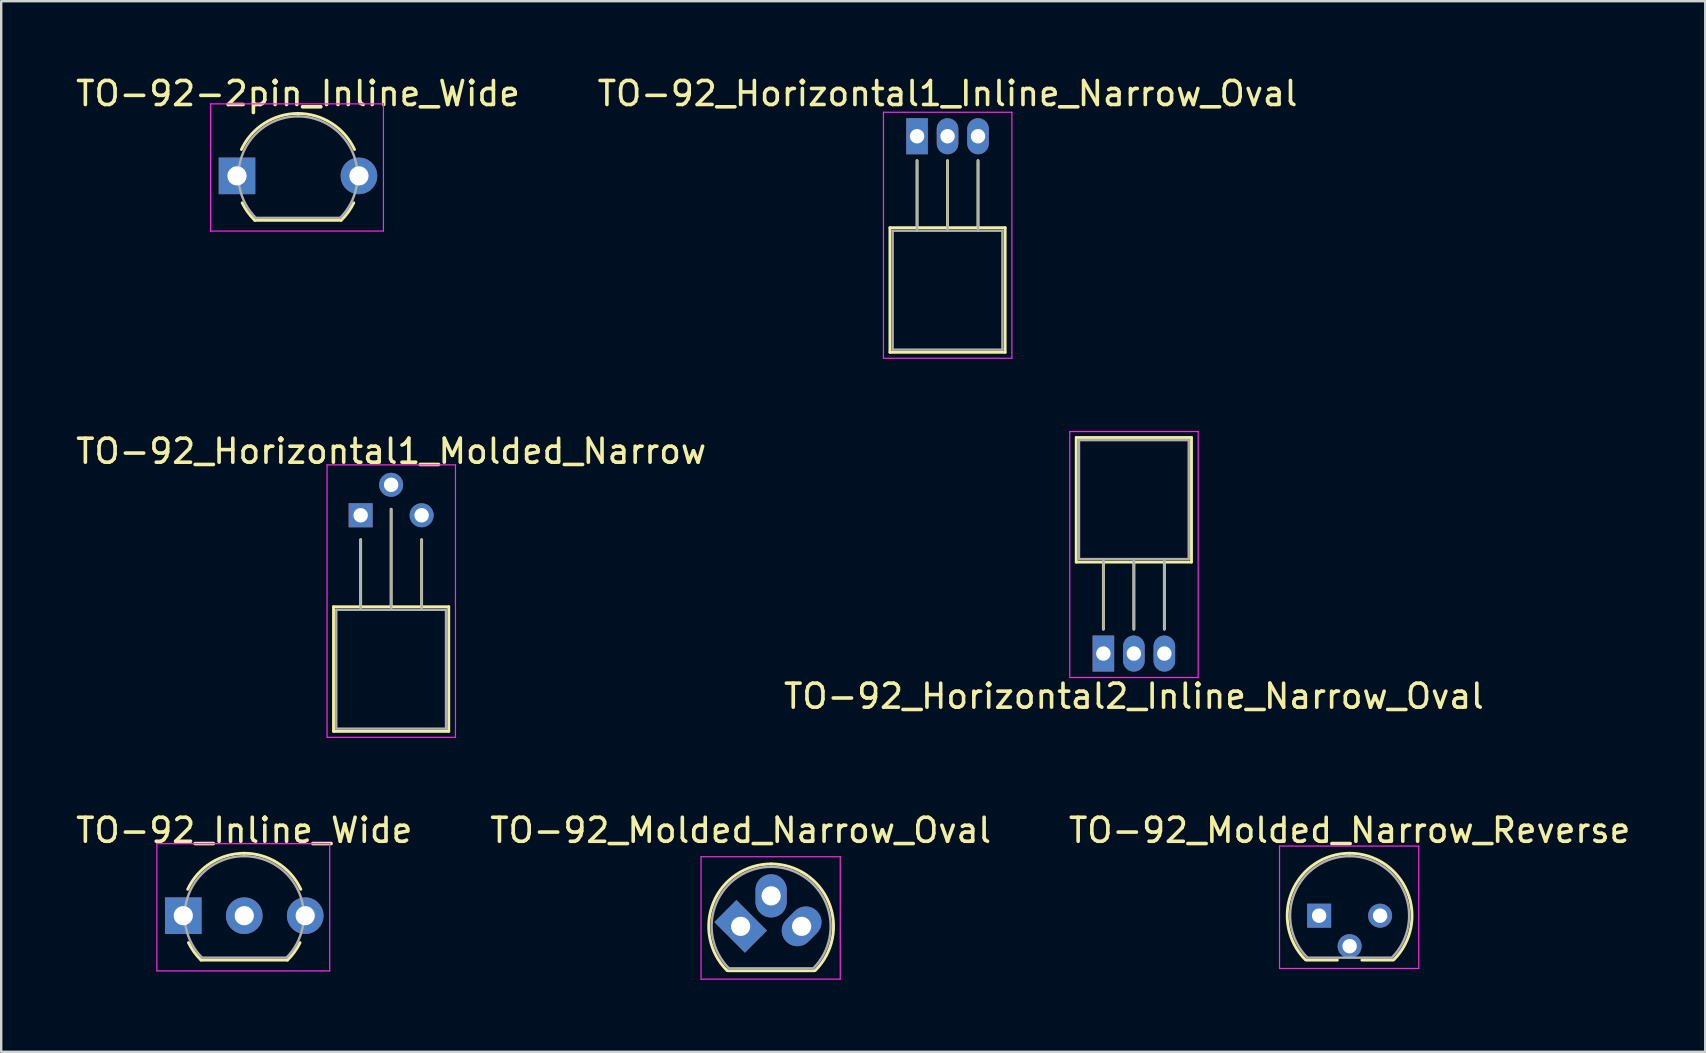
<source format=kicad_pcb>
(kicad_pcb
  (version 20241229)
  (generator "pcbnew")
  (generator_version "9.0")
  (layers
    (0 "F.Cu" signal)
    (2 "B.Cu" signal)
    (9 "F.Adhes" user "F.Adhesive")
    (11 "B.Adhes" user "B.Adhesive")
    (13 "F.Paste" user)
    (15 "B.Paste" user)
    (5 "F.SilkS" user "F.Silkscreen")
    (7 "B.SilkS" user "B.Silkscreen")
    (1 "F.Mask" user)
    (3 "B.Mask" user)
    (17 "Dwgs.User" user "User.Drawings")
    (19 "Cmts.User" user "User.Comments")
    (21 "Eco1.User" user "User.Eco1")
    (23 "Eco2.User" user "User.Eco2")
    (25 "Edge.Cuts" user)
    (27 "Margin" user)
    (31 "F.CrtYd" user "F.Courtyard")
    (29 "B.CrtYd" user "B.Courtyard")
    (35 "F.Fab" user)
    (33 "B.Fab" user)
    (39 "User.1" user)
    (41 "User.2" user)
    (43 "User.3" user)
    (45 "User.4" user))
  (footprint "TO-92_Molded_Narrow_Oval"
    (layer "F.Cu")
    (at 27.804 35.54)
    (property "Reference" "TO-92_Molded_Narrow_Oval" (at 0 -4 0) (layer "F.SilkS") (effects (font (size 1 1) (thickness 0.15))))
    (attr through_hole)
    (fp_line (start -0.53 1.85) (end 3.07 1.85) (stroke (width 0.12) (type solid)) (layer "F.SilkS"))
    (fp_arc (start -0.568478 1.838478) (mid -1.132087 -0.994977) (end 1.27 -2.6) (stroke (width 0.12) (type solid)) (layer "F.SilkS"))
    (fp_arc (start 1.27 -2.6) (mid 3.672087 -0.994977) (end 3.108478 1.838478) (stroke (width 0.12) (type solid)) (layer "F.SilkS"))
    (fp_line (start -1.65 -2.9) (end 4.15 -2.9) (stroke (width 0.05) (type solid)) (layer "F.CrtYd"))
    (fp_line (start -1.65 2.2) (end -1.65 -2.9) (stroke (width 0.05) (type solid)) (layer "F.CrtYd"))
    (fp_line (start 4.15 -2.9) (end 4.15 2.2) (stroke (width 0.05) (type solid)) (layer "F.CrtYd"))
    (fp_line (start 4.15 2.2) (end -1.65 2.2) (stroke (width 0.05) (type solid)) (layer "F.CrtYd"))
    (fp_line (start -0.5 1.75) (end 3 1.75) (stroke (width 0.1) (type solid)) (layer "F.Fab"))
    (fp_arc (start -0.483625 1.753625) (mid -1.021221 -0.949055) (end 1.27 -2.48) (stroke (width 0.1) (type solid)) (layer "F.Fab"))
    (fp_arc (start 1.27 -2.48) (mid 3.561221 -0.949055) (end 3.023625 1.753625) (stroke (width 0.1) (type solid)) (layer "F.Fab"))
    (pad "1" thru_hole rect (at 0 0 45) (size 1.3 1.8) (drill 0.8) (layers "*.Cu" "*.Mask"))
    (pad "2" thru_hole oval (at 1.27 -1.27 90) (size 1.8 1.3) (drill 0.8) (layers "*.Cu" "*.Mask"))
    (pad "3" thru_hole oval (at 2.54 0 45) (size 1.8 1.3) (drill 0.8) (layers "*.Cu" "*.Mask")))
  (footprint "TO-92_Horizontal1_Inline_Narrow_Oval"
    (layer "F.Cu")
    (at 35.153 2.626)
    (property "Reference" "TO-92_Horizontal1_Inline_Narrow_Oval" (at 1.27 -1.778 180) (layer "F.SilkS") (effects (font (size 1 1) (thickness 0.15))))
    (attr through_hole)
    (fp_line (start -1.13 3.81) (end 3.67 3.81) (stroke (width 0.12) (type solid)) (layer "F.SilkS"))
    (fp_line (start -1.13 9) (end -1.13 3.81) (stroke (width 0.12) (type solid)) (layer "F.SilkS"))
    (fp_line (start 0 1.016) (end 0 3.81) (stroke (width 0.12) (type solid)) (layer "F.SilkS"))
    (fp_line (start 1.27 1.016) (end 1.27 3.81) (stroke (width 0.12) (type solid)) (layer "F.SilkS"))
    (fp_line (start 2.54 1.016) (end 2.54 3.81) (stroke (width 0.12) (type solid)) (layer "F.SilkS"))
    (fp_line (start 3.67 3.81) (end 3.67 9) (stroke (width 0.12) (type solid)) (layer "F.SilkS"))
    (fp_line (start 3.67 9) (end -1.13 9) (stroke (width 0.12) (type solid)) (layer "F.SilkS"))
    (fp_line (start -1.4 -1) (end 3.95 -1) (stroke (width 0.05) (type solid)) (layer "F.CrtYd"))
    (fp_line (start -1.4 9.25) (end -1.4 -1) (stroke (width 0.05) (type solid)) (layer "F.CrtYd"))
    (fp_line (start -1.4 9.25) (end 3.95 9.25) (stroke (width 0.05) (type solid)) (layer "F.CrtYd"))
    (fp_line (start 3.95 9.25) (end 3.95 -1) (stroke (width 0.05) (type solid)) (layer "F.CrtYd"))
    (fp_line (start -1.016 3.937) (end 3.556 3.937) (stroke (width 0.1) (type solid)) (layer "F.Fab"))
    (fp_line (start -1.016 8.89) (end -1.016 3.937) (stroke (width 0.1) (type solid)) (layer "F.Fab"))
    (fp_line (start 0 3.937) (end 0 1.016) (stroke (width 0.1) (type solid)) (layer "F.Fab"))
    (fp_line (start 1.27 3.937) (end 1.27 1.016) (stroke (width 0.1) (type solid)) (layer "F.Fab"))
    (fp_line (start 2.54 3.937) (end 2.54 1.016) (stroke (width 0.1) (type solid)) (layer "F.Fab"))
    (fp_line (start 3.556 3.937) (end 3.556 8.89) (stroke (width 0.1) (type solid)) (layer "F.Fab"))
    (fp_line (start 3.556 8.89) (end -1.016 8.89) (stroke (width 0.1) (type solid)) (layer "F.Fab"))
    (pad "1" thru_hole rect (at 0 0 180) (size 0.899 1.501) (drill 0.6) (layers "*.Cu" "*.Mask"))
    (pad "2" thru_hole oval (at 1.27 0 180) (size 0.899 1.501) (drill 0.6) (layers "*.Cu" "*.Mask"))
    (pad "3" thru_hole oval (at 2.54 0 180) (size 0.899 1.501) (drill 0.6) (layers "*.Cu" "*.Mask")))
  (footprint "TO-92_Horizontal1_Molded_Narrow"
    (layer "F.Cu")
    (at 11.974 18.416)
    (property "Reference" "TO-92_Horizontal1_Molded_Narrow" (at 1.27 -2.667 0) (layer "F.SilkS") (effects (font (size 1 1) (thickness 0.15))))
    (attr through_hole)
    (fp_line (start -1.13 3.81) (end 3.67 3.81) (stroke (width 0.12) (type solid)) (layer "F.SilkS"))
    (fp_line (start -1.13 9) (end -1.13 3.81) (stroke (width 0.12) (type solid)) (layer "F.SilkS"))
    (fp_line (start 0 1.016) (end 0 3.81) (stroke (width 0.12) (type solid)) (layer "F.SilkS"))
    (fp_line (start 1.27 -0.254) (end 1.27 3.81) (stroke (width 0.12) (type solid)) (layer "F.SilkS"))
    (fp_line (start 2.54 1.016) (end 2.54 3.81) (stroke (width 0.12) (type solid)) (layer "F.SilkS"))
    (fp_line (start 3.67 3.81) (end 3.67 9) (stroke (width 0.12) (type solid)) (layer "F.SilkS"))
    (fp_line (start 3.67 9) (end -1.13 9) (stroke (width 0.12) (type solid)) (layer "F.SilkS"))
    (fp_line (start -1.4 -2.1) (end 3.95 -2.1) (stroke (width 0.05) (type solid)) (layer "F.CrtYd"))
    (fp_line (start -1.4 9.25) (end -1.4 -2.1) (stroke (width 0.05) (type solid)) (layer "F.CrtYd"))
    (fp_line (start -1.4 9.25) (end 3.95 9.25) (stroke (width 0.05) (type solid)) (layer "F.CrtYd"))
    (fp_line (start 3.95 9.25) (end 3.95 -2.1) (stroke (width 0.05) (type solid)) (layer "F.CrtYd"))
    (fp_line (start -1.016 3.937) (end 3.556 3.937) (stroke (width 0.1) (type solid)) (layer "F.Fab"))
    (fp_line (start -1.016 8.89) (end -1.016 3.937) (stroke (width 0.1) (type solid)) (layer "F.Fab"))
    (fp_line (start 0 3.937) (end 0 1.016) (stroke (width 0.1) (type solid)) (layer "F.Fab"))
    (fp_line (start 1.27 3.937) (end 1.27 -0.254) (stroke (width 0.1) (type solid)) (layer "F.Fab"))
    (fp_line (start 2.54 3.937) (end 2.54 1.016) (stroke (width 0.1) (type solid)) (layer "F.Fab"))
    (fp_line (start 3.556 3.937) (end 3.556 8.89) (stroke (width 0.1) (type solid)) (layer "F.Fab"))
    (fp_line (start 3.556 8.89) (end -1.016 8.89) (stroke (width 0.1) (type solid)) (layer "F.Fab"))
    (pad "1" thru_hole rect (at 0 0 90) (size 1.001 1.001) (drill 0.6) (layers "*.Cu" "*.Mask"))
    (pad "2" thru_hole circle (at 1.27 -1.27 90) (size 1.001 1.001) (drill 0.6) (layers "*.Cu" "*.Mask"))
    (pad "3" thru_hole circle (at 2.54 0 90) (size 1.001 1.001) (drill 0.6) (layers "*.Cu" "*.Mask")))
  (footprint "TO-92_Inline_Wide"
    (layer "F.Cu")
    (at 4.585 35.096)
    (property "Reference" "TO-92_Inline_Wide" (at 2.54 -3.556 180) (layer "F.SilkS") (effects (font (size 1 1) (thickness 0.15))))
    (attr through_hole)
    (fp_line (start 0.74 1.85) (end 4.34 1.85) (stroke (width 0.12) (type solid)) (layer "F.SilkS"))
    (fp_arc (start 0.1836 -1.098807) (mid 1.143021 -2.192817) (end 2.54 -2.6) (stroke (width 0.12) (type solid)) (layer "F.SilkS"))
    (fp_arc (start 0.74 1.85) (mid 0.446097 1.509328) (end 0.215816 1.122795) (stroke (width 0.12) (type solid)) (layer "F.SilkS"))
    (fp_arc (start 2.54 -2.6) (mid 3.936979 -2.192818) (end 4.8964 -1.098807) (stroke (width 0.12) (type solid)) (layer "F.SilkS"))
    (fp_arc (start 4.864184 1.122795) (mid 4.633903 1.509328) (end 4.34 1.85) (stroke (width 0.12) (type solid)) (layer "F.SilkS"))
    (fp_line (start -1.1 -3) (end 6.1 -3) (stroke (width 0.05) (type solid)) (layer "F.CrtYd"))
    (fp_line (start -1.1 2.3) (end -1.1 -3) (stroke (width 0.05) (type solid)) (layer "F.CrtYd"))
    (fp_line (start 6.1 -3) (end 6.1 2.3) (stroke (width 0.05) (type solid)) (layer "F.CrtYd"))
    (fp_line (start 6.1 2.3) (end -1.1 2.3) (stroke (width 0.05) (type solid)) (layer "F.CrtYd"))
    (fp_line (start 0.8 1.75) (end 4.3 1.75) (stroke (width 0.1) (type solid)) (layer "F.Fab"))
    (fp_arc (start 0.786375 1.753625) (mid 0.248779 -0.949055) (end 2.54 -2.48) (stroke (width 0.1) (type solid)) (layer "F.Fab"))
    (fp_arc (start 2.54 -2.48) (mid 4.831221 -0.949055) (end 4.293625 1.753625) (stroke (width 0.1) (type solid)) (layer "F.Fab"))
    (pad "1" thru_hole rect (at 0 0 90) (size 1.524 1.524) (drill 0.8) (layers "*.Cu" "*.Mask"))
    (pad "2" thru_hole circle (at 2.54 0 90) (size 1.524 1.524) (drill 0.8) (layers "*.Cu" "*.Mask"))
    (pad "3" thru_hole circle (at 5.08 0 90) (size 1.524 1.524) (drill 0.8) (layers "*.Cu" "*.Mask")))
  (footprint "TO-92_Molded_Narrow_Reverse"
    (layer "F.Cu")
    (at 51.903 35.096)
    (property "Reference" "TO-92_Molded_Narrow_Reverse" (at 1.27 -3.556 180) (layer "F.SilkS") (effects (font (size 1 1) (thickness 0.15))))
    (attr through_hole)
    (fp_line (start -0.53 1.85) (end 0.76 1.85) (stroke (width 0.12) (type solid)) (layer "F.SilkS"))
    (fp_line (start 1.78 1.85) (end 3.07 1.85) (stroke (width 0.12) (type solid)) (layer "F.SilkS"))
    (fp_arc (start -0.568478 1.838478) (mid -1.132087 -0.994977) (end 1.27 -2.6) (stroke (width 0.12) (type solid)) (layer "F.SilkS"))
    (fp_arc (start 1.27 -2.6) (mid 3.672087 -0.994977) (end 3.108478 1.838478) (stroke (width 0.12) (type solid)) (layer "F.SilkS"))
    (fp_line (start -1.65 -2.9) (end 4.15 -2.9) (stroke (width 0.05) (type solid)) (layer "F.CrtYd"))
    (fp_line (start -1.65 2.2) (end -1.65 -2.9) (stroke (width 0.05) (type solid)) (layer "F.CrtYd"))
    (fp_line (start 4.15 -2.9) (end 4.15 2.2) (stroke (width 0.05) (type solid)) (layer "F.CrtYd"))
    (fp_line (start 4.15 2.2) (end -1.65 2.2) (stroke (width 0.05) (type solid)) (layer "F.CrtYd"))
    (fp_line (start -0.5 1.75) (end 3 1.75) (stroke (width 0.1) (type solid)) (layer "F.Fab"))
    (fp_arc (start -0.483625 1.753625) (mid -1.021221 -0.949055) (end 1.27 -2.48) (stroke (width 0.1) (type solid)) (layer "F.Fab"))
    (fp_arc (start 1.27 -2.48) (mid 3.561221 -0.949055) (end 3.023625 1.753625) (stroke (width 0.1) (type solid)) (layer "F.Fab"))
    (pad "1" thru_hole rect (at 0 0 90) (size 1 1) (drill 0.6) (layers "*.Cu" "*.Mask"))
    (pad "2" thru_hole circle (at 1.27 1.27 90) (size 1 1) (drill 0.6) (layers "*.Cu" "*.Mask"))
    (pad "3" thru_hole circle (at 2.54 0 90) (size 1 1) (drill 0.6) (layers "*.Cu" "*.Mask")))
  (footprint "TO-92-2pin_Inline_Wide"
    (layer "F.Cu")
    (at 6.823 4.277)
    (property "Reference" "TO-92-2pin_Inline_Wide" (at 2.54 -3.429 180) (layer "F.SilkS") (effects (font (size 1 1) (thickness 0.15))))
    (attr through_hole)
    (fp_line (start 0.74 1.85) (end 4.34 1.85) (stroke (width 0.12) (type solid)) (layer "F.SilkS"))
    (fp_arc (start 0.1836 -1.098807) (mid 1.143021 -2.192817) (end 2.54 -2.6) (stroke (width 0.12) (type solid)) (layer "F.SilkS"))
    (fp_arc (start 0.74 1.85) (mid 0.446097 1.509328) (end 0.215816 1.122795) (stroke (width 0.12) (type solid)) (layer "F.SilkS"))
    (fp_arc (start 2.54 -2.6) (mid 3.936979 -2.192818) (end 4.8964 -1.098807) (stroke (width 0.12) (type solid)) (layer "F.SilkS"))
    (fp_arc (start 4.864184 1.122795) (mid 4.633903 1.509328) (end 4.34 1.85) (stroke (width 0.12) (type solid)) (layer "F.SilkS"))
    (fp_line (start -1.1 -3) (end 6.1 -3) (stroke (width 0.05) (type solid)) (layer "F.CrtYd"))
    (fp_line (start -1.1 2.3) (end -1.1 -3) (stroke (width 0.05) (type solid)) (layer "F.CrtYd"))
    (fp_line (start 6.1 -3) (end 6.1 2.3) (stroke (width 0.05) (type solid)) (layer "F.CrtYd"))
    (fp_line (start 6.1 2.3) (end -1.1 2.3) (stroke (width 0.05) (type solid)) (layer "F.CrtYd"))
    (fp_line (start 0.8 1.75) (end 4.3 1.75) (stroke (width 0.1) (type solid)) (layer "F.Fab"))
    (fp_arc (start 0.786375 1.753625) (mid 0.248779 -0.949055) (end 2.54 -2.48) (stroke (width 0.1) (type solid)) (layer "F.Fab"))
    (fp_arc (start 2.54 -2.48) (mid 4.831221 -0.949055) (end 4.293625 1.753625) (stroke (width 0.1) (type solid)) (layer "F.Fab"))
    (pad "1" thru_hole rect (at 0 0 90) (size 1.524 1.524) (drill 0.8) (layers "*.Cu" "*.Mask"))
    (pad "2" thru_hole circle (at 5.08 0 90) (size 1.524 1.524) (drill 0.8) (layers "*.Cu" "*.Mask")))
  (footprint "TO-92_Horizontal2_Inline_Narrow_Oval"
    (layer "F.Cu")
    (at 42.915 24.176)
    (property "Reference" "TO-92_Horizontal2_Inline_Narrow_Oval" (at 1.27 1.778 0) (layer "F.SilkS") (effects (font (size 1 1) (thickness 0.15))))
    (attr through_hole)
    (fp_line (start -1.13 -9) (end -1.13 -3.81) (stroke (width 0.12) (type solid)) (layer "F.SilkS"))
    (fp_line (start -1.13 -3.81) (end 3.67 -3.81) (stroke (width 0.12) (type solid)) (layer "F.SilkS"))
    (fp_line (start 0 -1.016) (end 0 -3.81) (stroke (width 0.12) (type solid)) (layer "F.SilkS"))
    (fp_line (start 1.27 -1.016) (end 1.27 -3.81) (stroke (width 0.12) (type solid)) (layer "F.SilkS"))
    (fp_line (start 2.54 -1.016) (end 2.54 -3.81) (stroke (width 0.12) (type solid)) (layer "F.SilkS"))
    (fp_line (start 3.67 -9) (end -1.13 -9) (stroke (width 0.12) (type solid)) (layer "F.SilkS"))
    (fp_line (start 3.67 -3.81) (end 3.67 -9) (stroke (width 0.12) (type solid)) (layer "F.SilkS"))
    (fp_line (start -1.4 -9.25) (end -1.4 1) (stroke (width 0.05) (type solid)) (layer "F.CrtYd"))
    (fp_line (start -1.4 -9.25) (end 3.95 -9.25) (stroke (width 0.05) (type solid)) (layer "F.CrtYd"))
    (fp_line (start -1.4 1) (end 3.95 1) (stroke (width 0.05) (type solid)) (layer "F.CrtYd"))
    (fp_line (start 3.95 -9.25) (end 3.95 1) (stroke (width 0.05) (type solid)) (layer "F.CrtYd"))
    (fp_line (start -1.016 -8.89) (end -1.016 -3.937) (stroke (width 0.1) (type solid)) (layer "F.Fab"))
    (fp_line (start -1.016 -3.937) (end 3.556 -3.937) (stroke (width 0.1) (type solid)) (layer "F.Fab"))
    (fp_line (start 0 -3.937) (end 0 -1.016) (stroke (width 0.1) (type solid)) (layer "F.Fab"))
    (fp_line (start 1.27 -3.937) (end 1.27 -1.016) (stroke (width 0.1) (type solid)) (layer "F.Fab"))
    (fp_line (start 2.54 -3.937) (end 2.54 -1.016) (stroke (width 0.1) (type solid)) (layer "F.Fab"))
    (fp_line (start 3.556 -8.89) (end -1.016 -8.89) (stroke (width 0.1) (type solid)) (layer "F.Fab"))
    (fp_line (start 3.556 -3.937) (end 3.556 -8.89) (stroke (width 0.1) (type solid)) (layer "F.Fab"))
    (pad "1" thru_hole rect (at 0 0 180) (size 0.899 1.501) (drill 0.6) (layers "*.Cu" "*.Mask"))
    (pad "2" thru_hole oval (at 1.27 0 180) (size 0.899 1.501) (drill 0.6) (layers "*.Cu" "*.Mask"))
    (pad "3" thru_hole oval (at 2.54 0 180) (size 0.899 1.501) (drill 0.6) (layers "*.Cu" "*.Mask")))
  (gr_rect
    (start -3 -3)
    (end 67.988 40.765)
    (stroke (width 0.1) (type default))
    (fill no)
    (layer "Edge.Cuts")))
</source>
